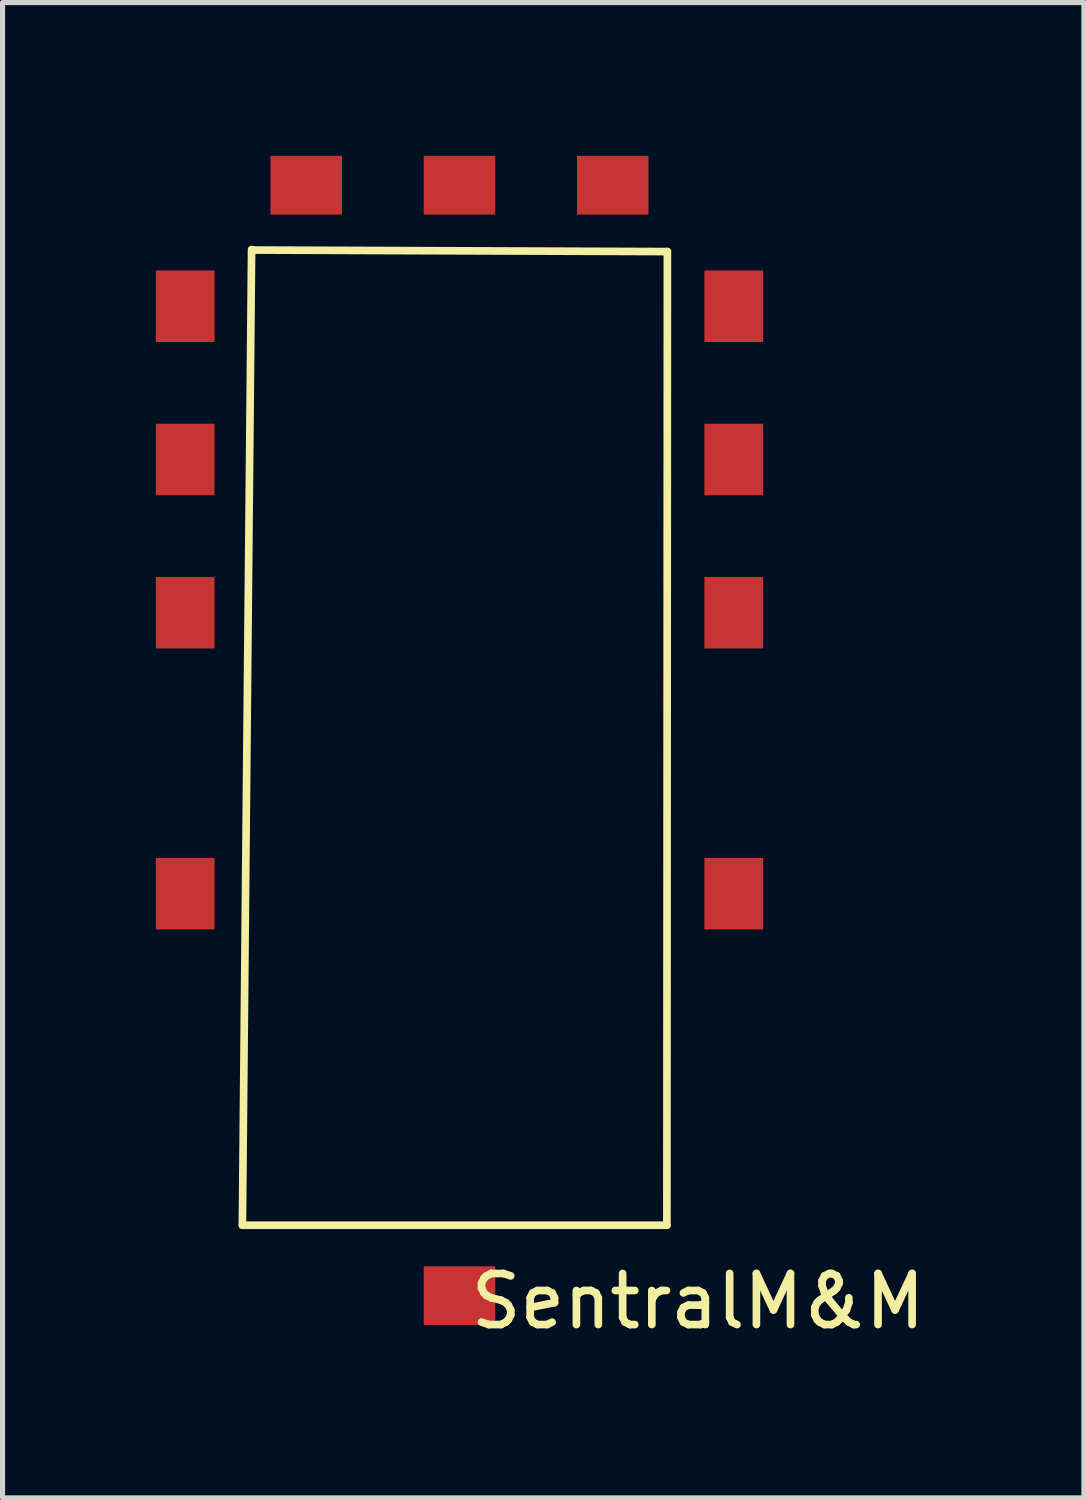
<source format=kicad_pcb>
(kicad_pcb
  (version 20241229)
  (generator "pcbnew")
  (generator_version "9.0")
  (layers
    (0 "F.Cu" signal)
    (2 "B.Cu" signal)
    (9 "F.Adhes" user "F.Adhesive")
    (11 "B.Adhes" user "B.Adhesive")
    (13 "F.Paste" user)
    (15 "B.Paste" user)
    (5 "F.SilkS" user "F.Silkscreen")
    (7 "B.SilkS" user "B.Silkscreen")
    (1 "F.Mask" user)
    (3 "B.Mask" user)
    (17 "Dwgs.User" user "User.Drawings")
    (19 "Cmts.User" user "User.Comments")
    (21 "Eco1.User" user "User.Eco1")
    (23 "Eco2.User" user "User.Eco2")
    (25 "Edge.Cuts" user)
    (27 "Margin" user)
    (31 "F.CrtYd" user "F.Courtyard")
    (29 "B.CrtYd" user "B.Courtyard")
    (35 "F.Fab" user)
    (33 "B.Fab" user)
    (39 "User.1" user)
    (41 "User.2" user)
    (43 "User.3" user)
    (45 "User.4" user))
  (footprint "SentralM&M"
    (layer "F.Cu")
    (at 5.945 5.945)
    (property "Reference" "SentralM&M" (at 4.67 16.48 0) (layer "F.SilkS") (effects (font (size 1 1) (thickness 0.15))))
    (attr through_hole)
    (fp_line (start -4.25 14.99) (end -4.07 -4.11) (stroke (width 0.15) (type solid)) (layer "F.SilkS"))
    (fp_line (start -4.06 -4.1) (end 4.07 -4.07) (stroke (width 0.15) (type solid)) (layer "F.SilkS"))
    (fp_line (start 4.06 14.99) (end -4.25 14.99) (stroke (width 0.15) (type solid)) (layer "F.SilkS"))
    (fp_line (start 4.07 -4.07) (end 4.06 14.99) (stroke (width 0.15) (type solid)) (layer "F.SilkS"))
    (pad "1" smd rect (at 0 16.37) (size 1.4 1.15) (layers "F.Cu" "F.Mask" "F.Paste"))
    (pad "2" smd rect (at -5.37 3) (size 1.15 1.4) (layers "F.Cu" "F.Mask" "F.Paste"))
    (pad "3" smd rect (at -5.37 0) (size 1.15 1.4) (layers "F.Cu" "F.Mask" "F.Paste"))
    (pad "4" smd rect (at -5.37 -3) (size 1.15 1.4) (layers "F.Cu" "F.Mask" "F.Paste"))
    (pad "5" smd rect (at -3 -5.37) (size 1.4 1.15) (layers "F.Cu" "F.Mask" "F.Paste"))
    (pad "6" smd rect (at 0 -5.37) (size 1.4 1.15) (layers "F.Cu" "F.Mask" "F.Paste"))
    (pad "7" smd rect (at 3 -5.37) (size 1.4 1.15) (layers "F.Cu" "F.Mask" "F.Paste"))
    (pad "8" smd rect (at 5.37 -3) (size 1.15 1.4) (layers "F.Cu" "F.Mask" "F.Paste"))
    (pad "9" smd rect (at 5.37 0) (size 1.15 1.4) (layers "F.Cu" "F.Mask" "F.Paste"))
    (pad "10" smd rect (at 5.37 3) (size 1.15 1.4) (layers "F.Cu" "F.Mask" "F.Paste"))
    (pad "11" smd rect (at -5.37 8.5) (size 1.15 1.4) (layers "F.Cu" "F.Mask" "F.Paste"))
    (pad "12" smd rect (at 5.37 8.5) (size 1.15 1.4) (layers "F.Cu" "F.Mask" "F.Paste")))
  (gr_rect
    (start -3 -3)
    (end 18.169 26.273)
    (stroke (width 0.1) (type default))
    (fill no)
    (layer "Edge.Cuts")))
</source>
